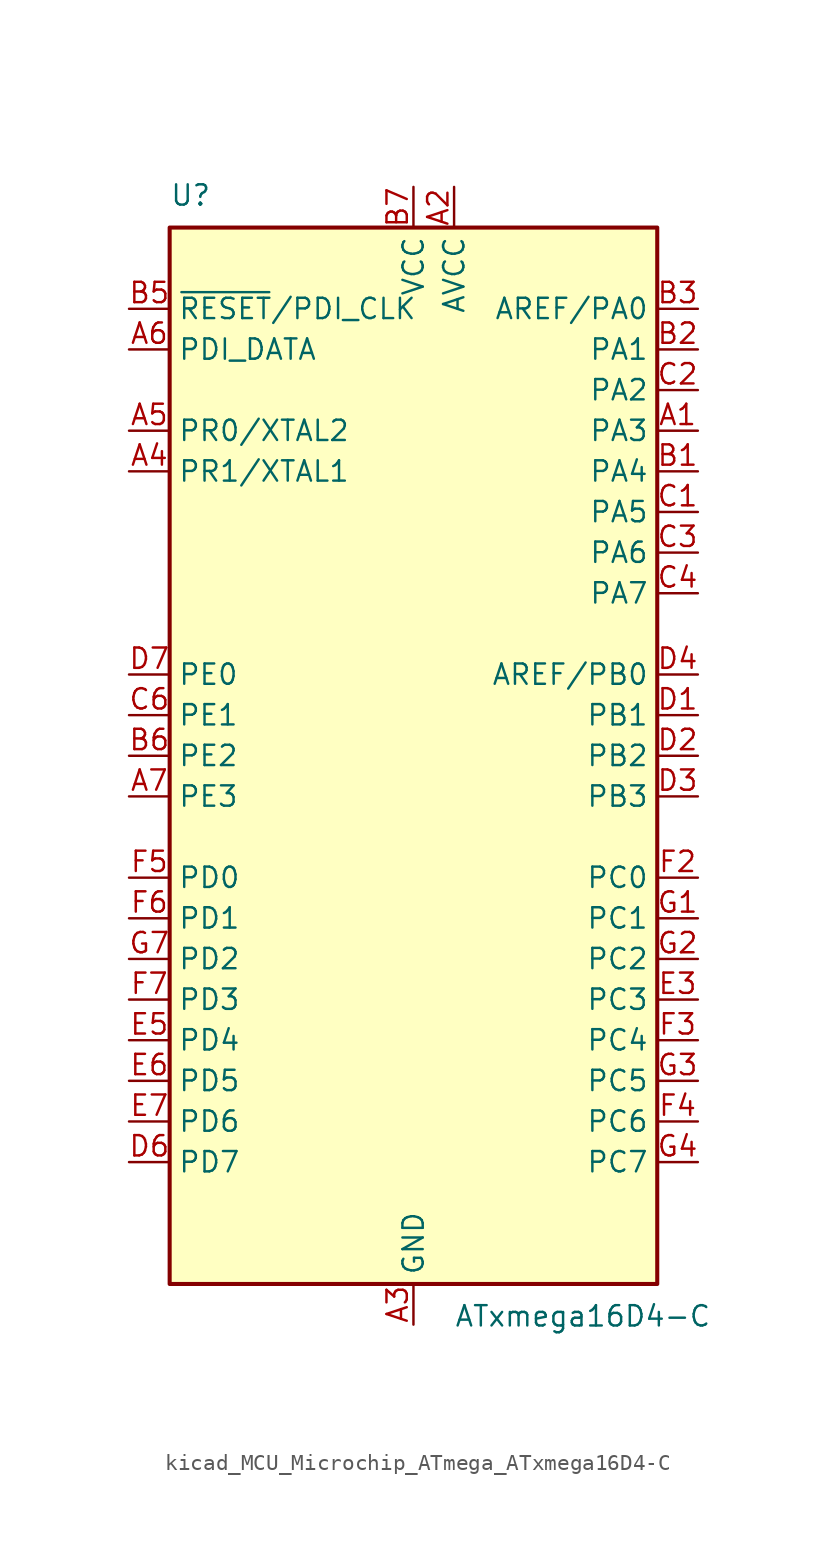
<source format=kicad_sym>
(kicad_symbol_lib
  (version 20220914)
  (generator kicad_symbol_editor)
  (symbol "kicad_MCU_Microchip_ATmega_ATxmega16D4-C"
    (property "Reference" "U"
      (at -15.24 34.29 0)
      (effects (font (size 1.27 1.27)) (justify left bottom)))
    (property "Value" "ATxmega16D4-C"
      (at 2.54 -34.29 0)
      (effects (font (size 1.27 1.27)) (justify left top)))
    (symbol "kicad_MCU_Microchip_ATmega_ATxmega16D4-C_0_1"
      (rectangle (start -15.24 -33.02) (end 15.24 33.02) (stroke (width 0.254) (type default)) (fill (type background))))
    (symbol "kicad_MCU_Microchip_ATmega_ATxmega16D4-C_1_1"
      (pin bidirectional line (at 17.78 20.32 180) (length 2.54) (name "PA3" (effects (font (size 1.27 1.27)))) (number "A1" (effects (font (size 1.27 1.27)))))
      (pin power_in line (at 2.54 35.56 270) (length 2.54) (name "AVCC" (effects (font (size 1.27 1.27)))) (number "A2" (effects (font (size 1.27 1.27)))))
      (pin power_in line (at 0 -35.56 90) (length 2.54) (name "GND" (effects (font (size 1.27 1.27)))) (number "A3" (effects (font (size 1.27 1.27)))))
      (pin bidirectional line (at -17.78 17.78 0) (length 2.54) (name "PR1/XTAL1" (effects (font (size 1.27 1.27)))) (number "A4" (effects (font (size 1.27 1.27)))))
      (pin bidirectional line (at -17.78 20.32 0) (length 2.54) (name "PR0/XTAL2" (effects (font (size 1.27 1.27)))) (number "A5" (effects (font (size 1.27 1.27)))))
      (pin bidirectional line (at -17.78 25.4 0) (length 2.54) (name "PDI_DATA" (effects (font (size 1.27 1.27)))) (number "A6" (effects (font (size 1.27 1.27)))))
      (pin bidirectional line (at -17.78 -2.54 0) (length 2.54) (name "PE3" (effects (font (size 1.27 1.27)))) (number "A7" (effects (font (size 1.27 1.27)))))
      (pin bidirectional line (at 17.78 17.78 180) (length 2.54) (name "PA4" (effects (font (size 1.27 1.27)))) (number "B1" (effects (font (size 1.27 1.27)))))
      (pin bidirectional line (at 17.78 25.4 180) (length 2.54) (name "PA1" (effects (font (size 1.27 1.27)))) (number "B2" (effects (font (size 1.27 1.27)))))
      (pin bidirectional line (at 17.78 27.94 180) (length 2.54) (name "AREF/PA0" (effects (font (size 1.27 1.27)))) (number "B3" (effects (font (size 1.27 1.27)))))
      (pin passive line (at 0 -35.56 90) (length 2.54) hide (name "GND" (effects (font (size 1.27 1.27)))) (number "B4" (effects (font (size 1.27 1.27)))))
      (pin input line (at -17.78 27.94 0) (length 2.54) (name "~{RESET}/PDI_CLK" (effects (font (size 1.27 1.27)))) (number "B5" (effects (font (size 1.27 1.27)))))
      (pin bidirectional line (at -17.78 0 0) (length 2.54) (name "PE2" (effects (font (size 1.27 1.27)))) (number "B6" (effects (font (size 1.27 1.27)))))
      (pin power_in line (at 0 35.56 270) (length 2.54) (name "VCC" (effects (font (size 1.27 1.27)))) (number "B7" (effects (font (size 1.27 1.27)))))
      (pin bidirectional line (at 17.78 15.24 180) (length 2.54) (name "PA5" (effects (font (size 1.27 1.27)))) (number "C1" (effects (font (size 1.27 1.27)))))
      (pin bidirectional line (at 17.78 22.86 180) (length 2.54) (name "PA2" (effects (font (size 1.27 1.27)))) (number "C2" (effects (font (size 1.27 1.27)))))
      (pin bidirectional line (at 17.78 12.7 180) (length 2.54) (name "PA6" (effects (font (size 1.27 1.27)))) (number "C3" (effects (font (size 1.27 1.27)))))
      (pin bidirectional line (at 17.78 10.16 180) (length 2.54) (name "PA7" (effects (font (size 1.27 1.27)))) (number "C4" (effects (font (size 1.27 1.27)))))
      (pin passive line (at 0 -35.56 90) (length 2.54) hide (name "GND" (effects (font (size 1.27 1.27)))) (number "C5" (effects (font (size 1.27 1.27)))))
      (pin bidirectional line (at -17.78 2.54 0) (length 2.54) (name "PE1" (effects (font (size 1.27 1.27)))) (number "C6" (effects (font (size 1.27 1.27)))))
      (pin passive line (at 0 -35.56 90) (length 2.54) hide (name "GND" (effects (font (size 1.27 1.27)))) (number "C7" (effects (font (size 1.27 1.27)))))
      (pin bidirectional line (at 17.78 2.54 180) (length 2.54) (name "PB1" (effects (font (size 1.27 1.27)))) (number "D1" (effects (font (size 1.27 1.27)))))
      (pin bidirectional line (at 17.78 0 180) (length 2.54) (name "PB2" (effects (font (size 1.27 1.27)))) (number "D2" (effects (font (size 1.27 1.27)))))
      (pin bidirectional line (at 17.78 -2.54 180) (length 2.54) (name "PB3" (effects (font (size 1.27 1.27)))) (number "D3" (effects (font (size 1.27 1.27)))))
      (pin bidirectional line (at 17.78 5.08 180) (length 2.54) (name "AREF/PB0" (effects (font (size 1.27 1.27)))) (number "D4" (effects (font (size 1.27 1.27)))))
      (pin passive line (at 0 -35.56 90) (length 2.54) hide (name "GND" (effects (font (size 1.27 1.27)))) (number "D5" (effects (font (size 1.27 1.27)))))
      (pin bidirectional line (at -17.78 -25.4 0) (length 2.54) (name "PD7" (effects (font (size 1.27 1.27)))) (number "D6" (effects (font (size 1.27 1.27)))))
      (pin bidirectional line (at -17.78 5.08 0) (length 2.54) (name "PE0" (effects (font (size 1.27 1.27)))) (number "D7" (effects (font (size 1.27 1.27)))))
      (pin passive line (at 0 -35.56 90) (length 2.54) hide (name "GND" (effects (font (size 1.27 1.27)))) (number "E1" (effects (font (size 1.27 1.27)))))
      (pin passive line (at 0 -35.56 90) (length 2.54) hide (name "GND" (effects (font (size 1.27 1.27)))) (number "E2" (effects (font (size 1.27 1.27)))))
      (pin bidirectional line (at 17.78 -15.24 180) (length 2.54) (name "PC3" (effects (font (size 1.27 1.27)))) (number "E3" (effects (font (size 1.27 1.27)))))
      (pin passive line (at 0 -35.56 90) (length 2.54) hide (name "GND" (effects (font (size 1.27 1.27)))) (number "E4" (effects (font (size 1.27 1.27)))))
      (pin bidirectional line (at -17.78 -17.78 0) (length 2.54) (name "PD4" (effects (font (size 1.27 1.27)))) (number "E5" (effects (font (size 1.27 1.27)))))
      (pin bidirectional line (at -17.78 -20.32 0) (length 2.54) (name "PD5" (effects (font (size 1.27 1.27)))) (number "E6" (effects (font (size 1.27 1.27)))))
      (pin bidirectional line (at -17.78 -22.86 0) (length 2.54) (name "PD6" (effects (font (size 1.27 1.27)))) (number "E7" (effects (font (size 1.27 1.27)))))
      (pin passive line (at 0 35.56 270) (length 2.54) hide (name "VCC" (effects (font (size 1.27 1.27)))) (number "F1" (effects (font (size 1.27 1.27)))))
      (pin bidirectional line (at 17.78 -7.62 180) (length 2.54) (name "PC0" (effects (font (size 1.27 1.27)))) (number "F2" (effects (font (size 1.27 1.27)))))
      (pin bidirectional line (at 17.78 -17.78 180) (length 2.54) (name "PC4" (effects (font (size 1.27 1.27)))) (number "F3" (effects (font (size 1.27 1.27)))))
      (pin bidirectional line (at 17.78 -22.86 180) (length 2.54) (name "PC6" (effects (font (size 1.27 1.27)))) (number "F4" (effects (font (size 1.27 1.27)))))
      (pin bidirectional line (at -17.78 -7.62 0) (length 2.54) (name "PD0" (effects (font (size 1.27 1.27)))) (number "F5" (effects (font (size 1.27 1.27)))))
      (pin bidirectional line (at -17.78 -10.16 0) (length 2.54) (name "PD1" (effects (font (size 1.27 1.27)))) (number "F6" (effects (font (size 1.27 1.27)))))
      (pin bidirectional line (at -17.78 -15.24 0) (length 2.54) (name "PD3" (effects (font (size 1.27 1.27)))) (number "F7" (effects (font (size 1.27 1.27)))))
      (pin bidirectional line (at 17.78 -10.16 180) (length 2.54) (name "PC1" (effects (font (size 1.27 1.27)))) (number "G1" (effects (font (size 1.27 1.27)))))
      (pin bidirectional line (at 17.78 -12.7 180) (length 2.54) (name "PC2" (effects (font (size 1.27 1.27)))) (number "G2" (effects (font (size 1.27 1.27)))))
      (pin bidirectional line (at 17.78 -20.32 180) (length 2.54) (name "PC5" (effects (font (size 1.27 1.27)))) (number "G3" (effects (font (size 1.27 1.27)))))
      (pin bidirectional line (at 17.78 -25.4 180) (length 2.54) (name "PC7" (effects (font (size 1.27 1.27)))) (number "G4" (effects (font (size 1.27 1.27)))))
      (pin passive line (at 0 -35.56 90) (length 2.54) hide (name "GND" (effects (font (size 1.27 1.27)))) (number "G5" (effects (font (size 1.27 1.27)))))
      (pin passive line (at 0 35.56 270) (length 2.54) hide (name "VCC" (effects (font (size 1.27 1.27)))) (number "G6" (effects (font (size 1.27 1.27)))))
      (pin bidirectional line (at -17.78 -12.7 0) (length 2.54) (name "PD2" (effects (font (size 1.27 1.27)))) (number "G7" (effects (font (size 1.27 1.27))))))))
</source>
